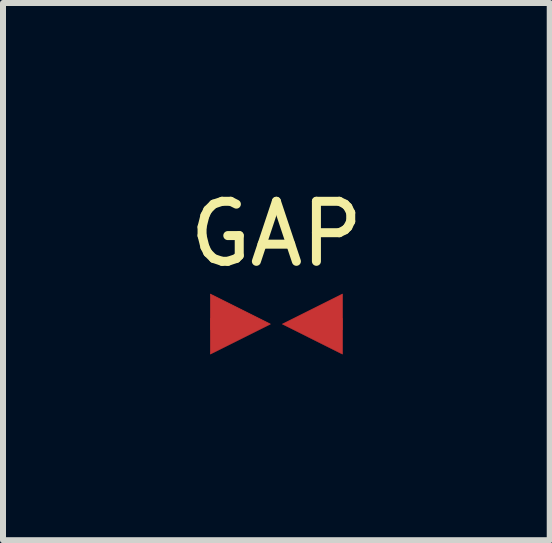
<source format=kicad_pcb>
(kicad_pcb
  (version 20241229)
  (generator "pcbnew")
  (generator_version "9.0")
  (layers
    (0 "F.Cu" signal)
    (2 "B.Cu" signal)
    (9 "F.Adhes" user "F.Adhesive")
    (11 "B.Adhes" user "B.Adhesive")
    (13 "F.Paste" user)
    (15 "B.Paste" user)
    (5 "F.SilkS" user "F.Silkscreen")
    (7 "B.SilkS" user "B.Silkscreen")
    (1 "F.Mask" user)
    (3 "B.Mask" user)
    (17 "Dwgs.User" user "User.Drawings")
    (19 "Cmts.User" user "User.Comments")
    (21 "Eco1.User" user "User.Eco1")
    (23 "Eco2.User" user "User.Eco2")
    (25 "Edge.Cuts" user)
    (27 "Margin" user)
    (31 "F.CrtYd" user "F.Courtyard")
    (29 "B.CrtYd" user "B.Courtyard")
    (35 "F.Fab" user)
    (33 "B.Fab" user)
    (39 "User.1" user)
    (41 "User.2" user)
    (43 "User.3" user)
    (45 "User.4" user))
  (footprint "GAP"
    (layer "F.Cu")
    (at 1.554 0.348)
    (property "Reference" "GAP" (at 0 0.5 0) (layer "F.SilkS") (effects (font (size 1 1) (thickness 0.15))))
    (attr through_hole)
    (fp_poly (pts (xy -0.1 2) (xy -1.1 2.5) (xy -1.1 1.5)) (stroke (width 0.01) (type solid)) (fill yes) (layer "F.Cu"))
    (fp_poly (pts (xy 0.1 2) (xy 1.1 2.5) (xy 1.1 1.5)) (stroke (width 0.01) (type solid)) (fill yes) (layer "F.Cu"))
    (fp_poly (pts (xy 1.05 2.55) (xy -1.05 2.55) (xy -1.05 1.45) (xy 1.05 1.45)) (stroke (width 0.1) (type solid)) (fill yes) (layer "F.Mask"))
    (pad "1" smd rect (at -1 2) (size 0.2 0.2) (layers "F.Cu"))
    (pad "2" smd rect (at 1 2) (size 0.2 0.2) (layers "F.Cu")))
  (gr_rect
    (start -3 -3)
    (end 6.107 5.948)
    (stroke (width 0.1) (type default))
    (fill no)
    (layer "Edge.Cuts")))
</source>
